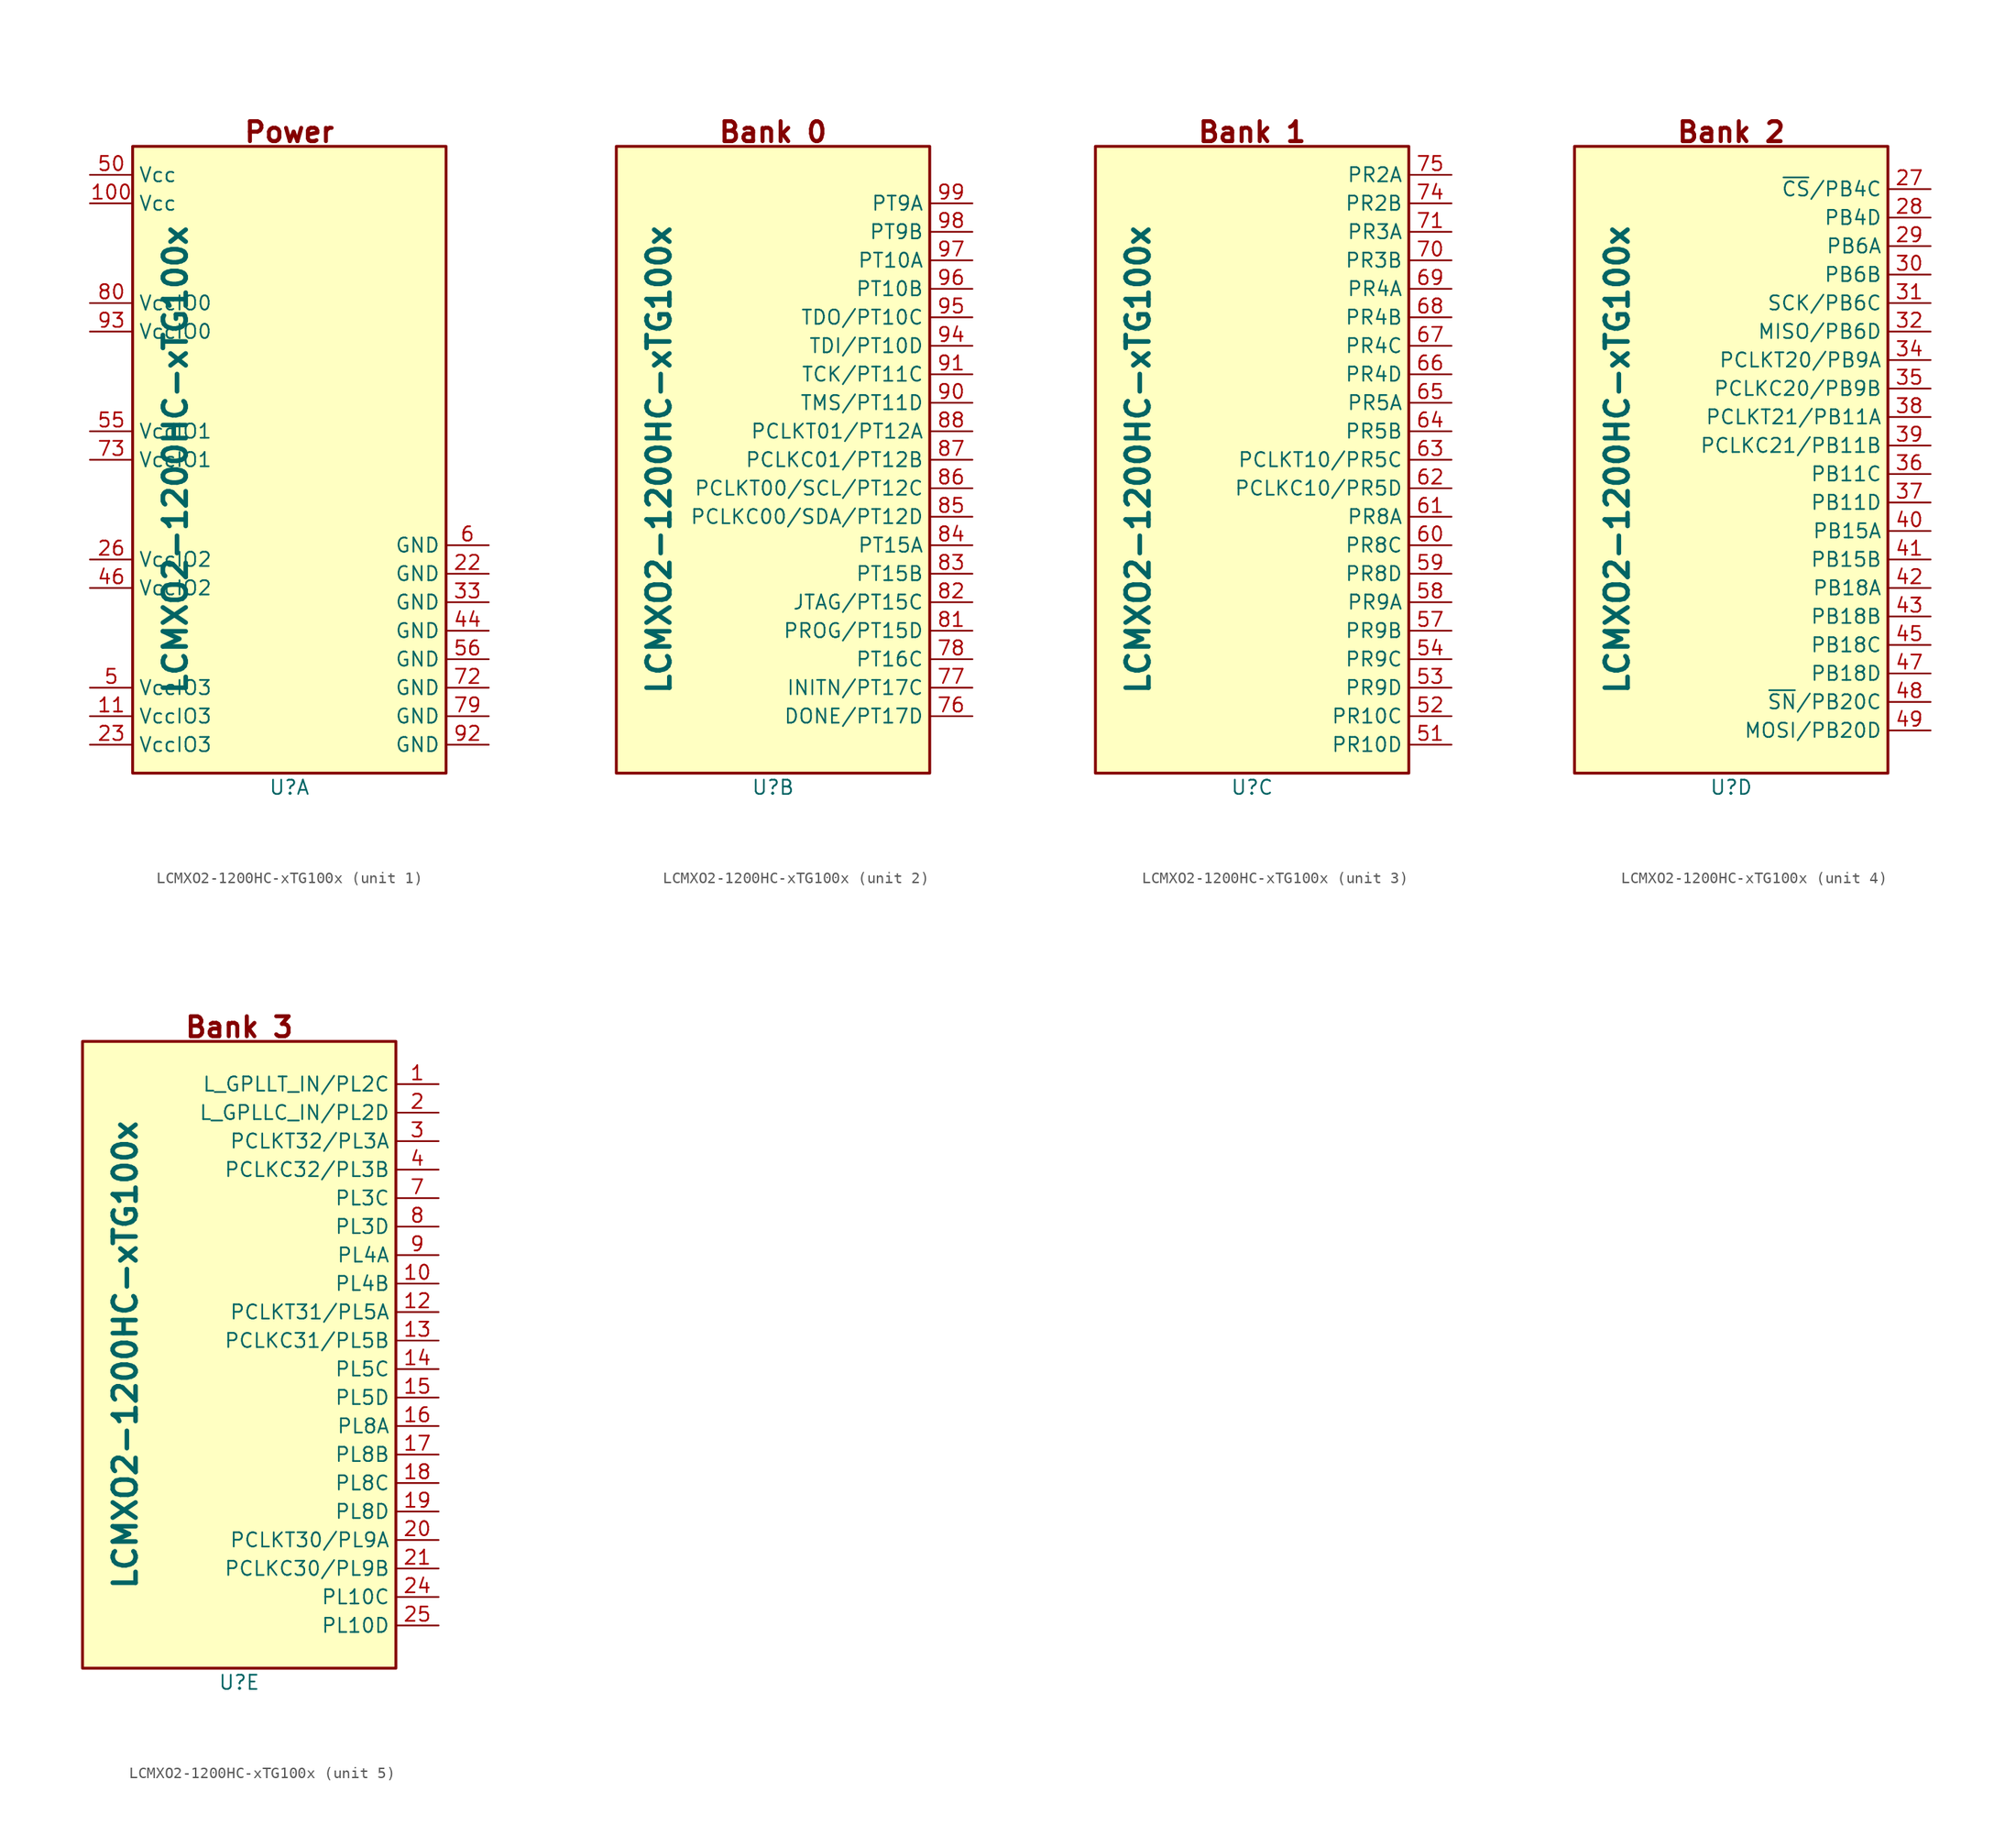
<source format=kicad_sym>
(kicad_symbol_lib
  (version 20231120)
  (generator "kicad_symbol_editor")
  (generator_version "8.0")
  (symbol "LCMXO2-1200HC-xTG100x"
    (property "Reference" "U"
      (at 0 -29.21 0)
      (effects (font (size 1.27 1.27))))
    (property "Value" "LCMXO2-1200HC-xTG100x"
      (at -10.16 0 90)
      (effects (font (size 2.032 2.032) (bold yes))))
    (property "ki_locked" ""
      (at 0 0 0)
      (effects (font (size 1.27 1.27))))
    (symbol "LCMXO2-1200HC-xTG100x_1_1"
      (rectangle (start -13.97 27.94) (end 13.97 -27.94) (stroke (width 0.254) (type default)) (fill (type background)))
      (text "Power" (at 0 29.21 0) (effects (font (size 1.778 1.778) (bold yes))))
      (pin input line (at -17.78 22.86 0) (length 3.81) (name "Vcc" (effects (font (size 1.27 1.27)))) (number "100" (effects (font (size 1.27 1.27)))))
      (pin input line (at -17.78 -22.86 0) (length 3.81) (name "VccIO3" (effects (font (size 1.27 1.27)))) (number "11" (effects (font (size 1.27 1.27)))))
      (pin input line (at 17.78 -10.16 180) (length 3.81) (name "GND" (effects (font (size 1.27 1.27)))) (number "22" (effects (font (size 1.27 1.27)))))
      (pin input line (at -17.78 -25.4 0) (length 3.81) (name "VccIO3" (effects (font (size 1.27 1.27)))) (number "23" (effects (font (size 1.27 1.27)))))
      (pin input line (at -17.78 -8.89 0) (length 3.81) (name "VccIO2" (effects (font (size 1.27 1.27)))) (number "26" (effects (font (size 1.27 1.27)))))
      (pin input line (at 17.78 -12.7 180) (length 3.81) (name "GND" (effects (font (size 1.27 1.27)))) (number "33" (effects (font (size 1.27 1.27)))))
      (pin input line (at 17.78 -15.24 180) (length 3.81) (name "GND" (effects (font (size 1.27 1.27)))) (number "44" (effects (font (size 1.27 1.27)))))
      (pin input line (at -17.78 -11.43 0) (length 3.81) (name "VccIO2" (effects (font (size 1.27 1.27)))) (number "46" (effects (font (size 1.27 1.27)))))
      (pin input line (at -17.78 -20.32 0) (length 3.81) (name "VccIO3" (effects (font (size 1.27 1.27)))) (number "5" (effects (font (size 1.27 1.27)))))
      (pin input line (at -17.78 25.4 0) (length 3.81) (name "Vcc" (effects (font (size 1.27 1.27)))) (number "50" (effects (font (size 1.27 1.27)))))
      (pin input line (at -17.78 2.54 0) (length 3.81) (name "VccIO1" (effects (font (size 1.27 1.27)))) (number "55" (effects (font (size 1.27 1.27)))))
      (pin input line (at 17.78 -17.78 180) (length 3.81) (name "GND" (effects (font (size 1.27 1.27)))) (number "56" (effects (font (size 1.27 1.27)))))
      (pin input line (at 17.78 -7.62 180) (length 3.81) (name "GND" (effects (font (size 1.27 1.27)))) (number "6" (effects (font (size 1.27 1.27)))))
      (pin input line (at 17.78 -20.32 180) (length 3.81) (name "GND" (effects (font (size 1.27 1.27)))) (number "72" (effects (font (size 1.27 1.27)))))
      (pin input line (at -17.78 0 0) (length 3.81) (name "VccIO1" (effects (font (size 1.27 1.27)))) (number "73" (effects (font (size 1.27 1.27)))))
      (pin input line (at 17.78 -22.86 180) (length 3.81) (name "GND" (effects (font (size 1.27 1.27)))) (number "79" (effects (font (size 1.27 1.27)))))
      (pin input line (at -17.78 13.97 0) (length 3.81) (name "VccIO0" (effects (font (size 1.27 1.27)))) (number "80" (effects (font (size 1.27 1.27)))))
      (pin input line (at 17.78 -25.4 180) (length 3.81) (name "GND" (effects (font (size 1.27 1.27)))) (number "92" (effects (font (size 1.27 1.27)))))
      (pin input line (at -17.78 11.43 0) (length 3.81) (name "VccIO0" (effects (font (size 1.27 1.27)))) (number "93" (effects (font (size 1.27 1.27))))))
    (symbol "LCMXO2-1200HC-xTG100x_2_1"
      (rectangle (start -13.97 27.94) (end 13.97 -27.94) (stroke (width 0.254) (type default)) (fill (type background)))
      (text "Bank 0" (at 0 29.21 0) (effects (font (size 1.778 1.778) (bold yes))))
      (pin input line (at 17.78 -22.86 180) (length 3.81) (name "DONE/PT17D" (effects (font (size 1.27 1.27)))) (number "76" (effects (font (size 1.27 1.27)))))
      (pin input line (at 17.78 -20.32 180) (length 3.81) (name "INITN/PT17C" (effects (font (size 1.27 1.27)))) (number "77" (effects (font (size 1.27 1.27)))))
      (pin input line (at 17.78 -17.78 180) (length 3.81) (name "PT16C" (effects (font (size 1.27 1.27)))) (number "78" (effects (font (size 1.27 1.27)))))
      (pin input line (at 17.78 -15.24 180) (length 3.81) (name "PROG/PT15D" (effects (font (size 1.27 1.27)))) (number "81" (effects (font (size 1.27 1.27)))))
      (pin input line (at 17.78 -12.7 180) (length 3.81) (name "JTAG/PT15C" (effects (font (size 1.27 1.27)))) (number "82" (effects (font (size 1.27 1.27)))))
      (pin input line (at 17.78 -10.16 180) (length 3.81) (name "PT15B" (effects (font (size 1.27 1.27)))) (number "83" (effects (font (size 1.27 1.27)))))
      (pin input line (at 17.78 -7.62 180) (length 3.81) (name "PT15A" (effects (font (size 1.27 1.27)))) (number "84" (effects (font (size 1.27 1.27)))))
      (pin input line (at 17.78 -5.08 180) (length 3.81) (name "PCLKC00/SDA/PT12D" (effects (font (size 1.27 1.27)))) (number "85" (effects (font (size 1.27 1.27)))))
      (pin input line (at 17.78 -2.54 180) (length 3.81) (name "PCLKT00/SCL/PT12C" (effects (font (size 1.27 1.27)))) (number "86" (effects (font (size 1.27 1.27)))))
      (pin input line (at 17.78 0 180) (length 3.81) (name "PCLKC01/PT12B" (effects (font (size 1.27 1.27)))) (number "87" (effects (font (size 1.27 1.27)))))
      (pin input line (at 17.78 2.54 180) (length 3.81) (name "PCLKT01/PT12A" (effects (font (size 1.27 1.27)))) (number "88" (effects (font (size 1.27 1.27)))))
      (pin input line (at 17.78 5.08 180) (length 3.81) (name "TMS/PT11D" (effects (font (size 1.27 1.27)))) (number "90" (effects (font (size 1.27 1.27)))))
      (pin input line (at 17.78 7.62 180) (length 3.81) (name "TCK/PT11C" (effects (font (size 1.27 1.27)))) (number "91" (effects (font (size 1.27 1.27)))))
      (pin input line (at 17.78 10.16 180) (length 3.81) (name "TDI/PT10D" (effects (font (size 1.27 1.27)))) (number "94" (effects (font (size 1.27 1.27)))))
      (pin input line (at 17.78 12.7 180) (length 3.81) (name "TDO/PT10C" (effects (font (size 1.27 1.27)))) (number "95" (effects (font (size 1.27 1.27)))))
      (pin input line (at 17.78 15.24 180) (length 3.81) (name "PT10B" (effects (font (size 1.27 1.27)))) (number "96" (effects (font (size 1.27 1.27)))))
      (pin input line (at 17.78 17.78 180) (length 3.81) (name "PT10A" (effects (font (size 1.27 1.27)))) (number "97" (effects (font (size 1.27 1.27)))))
      (pin input line (at 17.78 20.32 180) (length 3.81) (name "PT9B" (effects (font (size 1.27 1.27)))) (number "98" (effects (font (size 1.27 1.27)))))
      (pin input line (at 17.78 22.86 180) (length 3.81) (name "PT9A" (effects (font (size 1.27 1.27)))) (number "99" (effects (font (size 1.27 1.27))))))
    (symbol "LCMXO2-1200HC-xTG100x_3_1"
      (rectangle (start -13.97 27.94) (end 13.97 -27.94) (stroke (width 0.254) (type default)) (fill (type background)))
      (text "Bank 1" (at 0 29.21 0) (effects (font (size 1.778 1.778) (bold yes))))
      (pin input line (at 17.78 -25.4 180) (length 3.81) (name "PR10D" (effects (font (size 1.27 1.27)))) (number "51" (effects (font (size 1.27 1.27)))))
      (pin input line (at 17.78 -22.86 180) (length 3.81) (name "PR10C" (effects (font (size 1.27 1.27)))) (number "52" (effects (font (size 1.27 1.27)))))
      (pin input line (at 17.78 -20.32 180) (length 3.81) (name "PR9D" (effects (font (size 1.27 1.27)))) (number "53" (effects (font (size 1.27 1.27)))))
      (pin input line (at 17.78 -17.78 180) (length 3.81) (name "PR9C" (effects (font (size 1.27 1.27)))) (number "54" (effects (font (size 1.27 1.27)))))
      (pin input line (at 17.78 -15.24 180) (length 3.81) (name "PR9B" (effects (font (size 1.27 1.27)))) (number "57" (effects (font (size 1.27 1.27)))))
      (pin input line (at 17.78 -12.7 180) (length 3.81) (name "PR9A" (effects (font (size 1.27 1.27)))) (number "58" (effects (font (size 1.27 1.27)))))
      (pin input line (at 17.78 -10.16 180) (length 3.81) (name "PR8D" (effects (font (size 1.27 1.27)))) (number "59" (effects (font (size 1.27 1.27)))))
      (pin input line (at 17.78 -7.62 180) (length 3.81) (name "PR8C" (effects (font (size 1.27 1.27)))) (number "60" (effects (font (size 1.27 1.27)))))
      (pin input line (at 17.78 -5.08 180) (length 3.81) (name "PR8A" (effects (font (size 1.27 1.27)))) (number "61" (effects (font (size 1.27 1.27)))))
      (pin input line (at 17.78 -2.54 180) (length 3.81) (name "PCLKC10/PR5D" (effects (font (size 1.27 1.27)))) (number "62" (effects (font (size 1.27 1.27)))))
      (pin input line (at 17.78 0 180) (length 3.81) (name "PCLKT10/PR5C" (effects (font (size 1.27 1.27)))) (number "63" (effects (font (size 1.27 1.27)))))
      (pin input line (at 17.78 2.54 180) (length 3.81) (name "PR5B" (effects (font (size 1.27 1.27)))) (number "64" (effects (font (size 1.27 1.27)))))
      (pin input line (at 17.78 5.08 180) (length 3.81) (name "PR5A" (effects (font (size 1.27 1.27)))) (number "65" (effects (font (size 1.27 1.27)))))
      (pin input line (at 17.78 7.62 180) (length 3.81) (name "PR4D" (effects (font (size 1.27 1.27)))) (number "66" (effects (font (size 1.27 1.27)))))
      (pin input line (at 17.78 10.16 180) (length 3.81) (name "PR4C" (effects (font (size 1.27 1.27)))) (number "67" (effects (font (size 1.27 1.27)))))
      (pin input line (at 17.78 12.7 180) (length 3.81) (name "PR4B" (effects (font (size 1.27 1.27)))) (number "68" (effects (font (size 1.27 1.27)))))
      (pin input line (at 17.78 15.24 180) (length 3.81) (name "PR4A" (effects (font (size 1.27 1.27)))) (number "69" (effects (font (size 1.27 1.27)))))
      (pin input line (at 17.78 17.78 180) (length 3.81) (name "PR3B" (effects (font (size 1.27 1.27)))) (number "70" (effects (font (size 1.27 1.27)))))
      (pin input line (at 17.78 20.32 180) (length 3.81) (name "PR3A" (effects (font (size 1.27 1.27)))) (number "71" (effects (font (size 1.27 1.27)))))
      (pin input line (at 17.78 22.86 180) (length 3.81) (name "PR2B" (effects (font (size 1.27 1.27)))) (number "74" (effects (font (size 1.27 1.27)))))
      (pin input line (at 17.78 25.4 180) (length 3.81) (name "PR2A" (effects (font (size 1.27 1.27)))) (number "75" (effects (font (size 1.27 1.27))))))
    (symbol "LCMXO2-1200HC-xTG100x_4_1"
      (rectangle (start -13.97 27.94) (end 13.97 -27.94) (stroke (width 0.254) (type default)) (fill (type background)))
      (text "Bank 2" (at 0 29.21 0) (effects (font (size 1.778 1.778) (bold yes))))
      (pin input line (at 17.78 24.13 180) (length 3.81) (name "~{CS}/PB4C" (effects (font (size 1.27 1.27)))) (number "27" (effects (font (size 1.27 1.27)))))
      (pin input line (at 17.78 21.59 180) (length 3.81) (name "PB4D" (effects (font (size 1.27 1.27)))) (number "28" (effects (font (size 1.27 1.27)))))
      (pin input line (at 17.78 19.05 180) (length 3.81) (name "PB6A" (effects (font (size 1.27 1.27)))) (number "29" (effects (font (size 1.27 1.27)))))
      (pin input line (at 17.78 16.51 180) (length 3.81) (name "PB6B" (effects (font (size 1.27 1.27)))) (number "30" (effects (font (size 1.27 1.27)))))
      (pin input line (at 17.78 13.97 180) (length 3.81) (name "SCK/PB6C" (effects (font (size 1.27 1.27)))) (number "31" (effects (font (size 1.27 1.27)))))
      (pin input line (at 17.78 11.43 180) (length 3.81) (name "MISO/PB6D" (effects (font (size 1.27 1.27)))) (number "32" (effects (font (size 1.27 1.27)))))
      (pin input line (at 17.78 8.89 180) (length 3.81) (name "PCLKT20/PB9A" (effects (font (size 1.27 1.27)))) (number "34" (effects (font (size 1.27 1.27)))))
      (pin input line (at 17.78 6.35 180) (length 3.81) (name "PCLKC20/PB9B" (effects (font (size 1.27 1.27)))) (number "35" (effects (font (size 1.27 1.27)))))
      (pin input line (at 17.78 -1.27 180) (length 3.81) (name "PB11C" (effects (font (size 1.27 1.27)))) (number "36" (effects (font (size 1.27 1.27)))))
      (pin input line (at 17.78 -3.81 180) (length 3.81) (name "PB11D" (effects (font (size 1.27 1.27)))) (number "37" (effects (font (size 1.27 1.27)))))
      (pin input line (at 17.78 3.81 180) (length 3.81) (name "PCLKT21/PB11A" (effects (font (size 1.27 1.27)))) (number "38" (effects (font (size 1.27 1.27)))))
      (pin input line (at 17.78 1.27 180) (length 3.81) (name "PCLKC21/PB11B" (effects (font (size 1.27 1.27)))) (number "39" (effects (font (size 1.27 1.27)))))
      (pin input line (at 17.78 -6.35 180) (length 3.81) (name "PB15A" (effects (font (size 1.27 1.27)))) (number "40" (effects (font (size 1.27 1.27)))))
      (pin input line (at 17.78 -8.89 180) (length 3.81) (name "PB15B" (effects (font (size 1.27 1.27)))) (number "41" (effects (font (size 1.27 1.27)))))
      (pin input line (at 17.78 -11.43 180) (length 3.81) (name "PB18A" (effects (font (size 1.27 1.27)))) (number "42" (effects (font (size 1.27 1.27)))))
      (pin input line (at 17.78 -13.97 180) (length 3.81) (name "PB18B" (effects (font (size 1.27 1.27)))) (number "43" (effects (font (size 1.27 1.27)))))
      (pin input line (at 17.78 -16.51 180) (length 3.81) (name "PB18C" (effects (font (size 1.27 1.27)))) (number "45" (effects (font (size 1.27 1.27)))))
      (pin input line (at 17.78 -19.05 180) (length 3.81) (name "PB18D" (effects (font (size 1.27 1.27)))) (number "47" (effects (font (size 1.27 1.27)))))
      (pin input line (at 17.78 -21.59 180) (length 3.81) (name "~{SN}/PB20C" (effects (font (size 1.27 1.27)))) (number "48" (effects (font (size 1.27 1.27)))))
      (pin input line (at 17.78 -24.13 180) (length 3.81) (name "MOSI/PB20D" (effects (font (size 1.27 1.27)))) (number "49" (effects (font (size 1.27 1.27))))))
    (symbol "LCMXO2-1200HC-xTG100x_5_1"
      (rectangle (start -13.97 27.94) (end 13.97 -27.94) (stroke (width 0.254) (type default)) (fill (type background)))
      (text "Bank 3" (at 0 29.21 0) (effects (font (size 1.778 1.778) (bold yes))))
      (pin passive line (at 17.78 24.13 180) (length 3.81) (name "L_GPLLT_IN/PL2C" (effects (font (size 1.27 1.27)))) (number "1" (effects (font (size 1.27 1.27)))))
      (pin input line (at 17.78 6.35 180) (length 3.81) (name "PL4B" (effects (font (size 1.27 1.27)))) (number "10" (effects (font (size 1.27 1.27)))))
      (pin input line (at 17.78 3.81 180) (length 3.81) (name "PCLKT31/PL5A" (effects (font (size 1.27 1.27)))) (number "12" (effects (font (size 1.27 1.27)))))
      (pin input line (at 17.78 1.27 180) (length 3.81) (name "PCLKC31/PL5B" (effects (font (size 1.27 1.27)))) (number "13" (effects (font (size 1.27 1.27)))))
      (pin input line (at 17.78 -1.27 180) (length 3.81) (name "PL5C" (effects (font (size 1.27 1.27)))) (number "14" (effects (font (size 1.27 1.27)))))
      (pin input line (at 17.78 -3.81 180) (length 3.81) (name "PL5D" (effects (font (size 1.27 1.27)))) (number "15" (effects (font (size 1.27 1.27)))))
      (pin input line (at 17.78 -6.35 180) (length 3.81) (name "PL8A" (effects (font (size 1.27 1.27)))) (number "16" (effects (font (size 1.27 1.27)))))
      (pin input line (at 17.78 -8.89 180) (length 3.81) (name "PL8B" (effects (font (size 1.27 1.27)))) (number "17" (effects (font (size 1.27 1.27)))))
      (pin input line (at 17.78 -11.43 180) (length 3.81) (name "PL8C" (effects (font (size 1.27 1.27)))) (number "18" (effects (font (size 1.27 1.27)))))
      (pin input line (at 17.78 -13.97 180) (length 3.81) (name "PL8D" (effects (font (size 1.27 1.27)))) (number "19" (effects (font (size 1.27 1.27)))))
      (pin input line (at 17.78 21.59 180) (length 3.81) (name "L_GPLLC_IN/PL2D" (effects (font (size 1.27 1.27)))) (number "2" (effects (font (size 1.27 1.27)))))
      (pin input line (at 17.78 -16.51 180) (length 3.81) (name "PCLKT30/PL9A" (effects (font (size 1.27 1.27)))) (number "20" (effects (font (size 1.27 1.27)))))
      (pin input line (at 17.78 -19.05 180) (length 3.81) (name "PCLKC30/PL9B" (effects (font (size 1.27 1.27)))) (number "21" (effects (font (size 1.27 1.27)))))
      (pin input line (at 17.78 -21.59 180) (length 3.81) (name "PL10C" (effects (font (size 1.27 1.27)))) (number "24" (effects (font (size 1.27 1.27)))))
      (pin input line (at 17.78 -24.13 180) (length 3.81) (name "PL10D" (effects (font (size 1.27 1.27)))) (number "25" (effects (font (size 1.27 1.27)))))
      (pin input line (at 17.78 19.05 180) (length 3.81) (name "PCLKT32/PL3A" (effects (font (size 1.27 1.27)))) (number "3" (effects (font (size 1.27 1.27)))))
      (pin input line (at 17.78 16.51 180) (length 3.81) (name "PCLKC32/PL3B" (effects (font (size 1.27 1.27)))) (number "4" (effects (font (size 1.27 1.27)))))
      (pin input line (at 17.78 13.97 180) (length 3.81) (name "PL3C" (effects (font (size 1.27 1.27)))) (number "7" (effects (font (size 1.27 1.27)))))
      (pin input line (at 17.78 11.43 180) (length 3.81) (name "PL3D" (effects (font (size 1.27 1.27)))) (number "8" (effects (font (size 1.27 1.27)))))
      (pin input line (at 17.78 8.89 180) (length 3.81) (name "PL4A" (effects (font (size 1.27 1.27)))) (number "9" (effects (font (size 1.27 1.27))))))))
</source>
